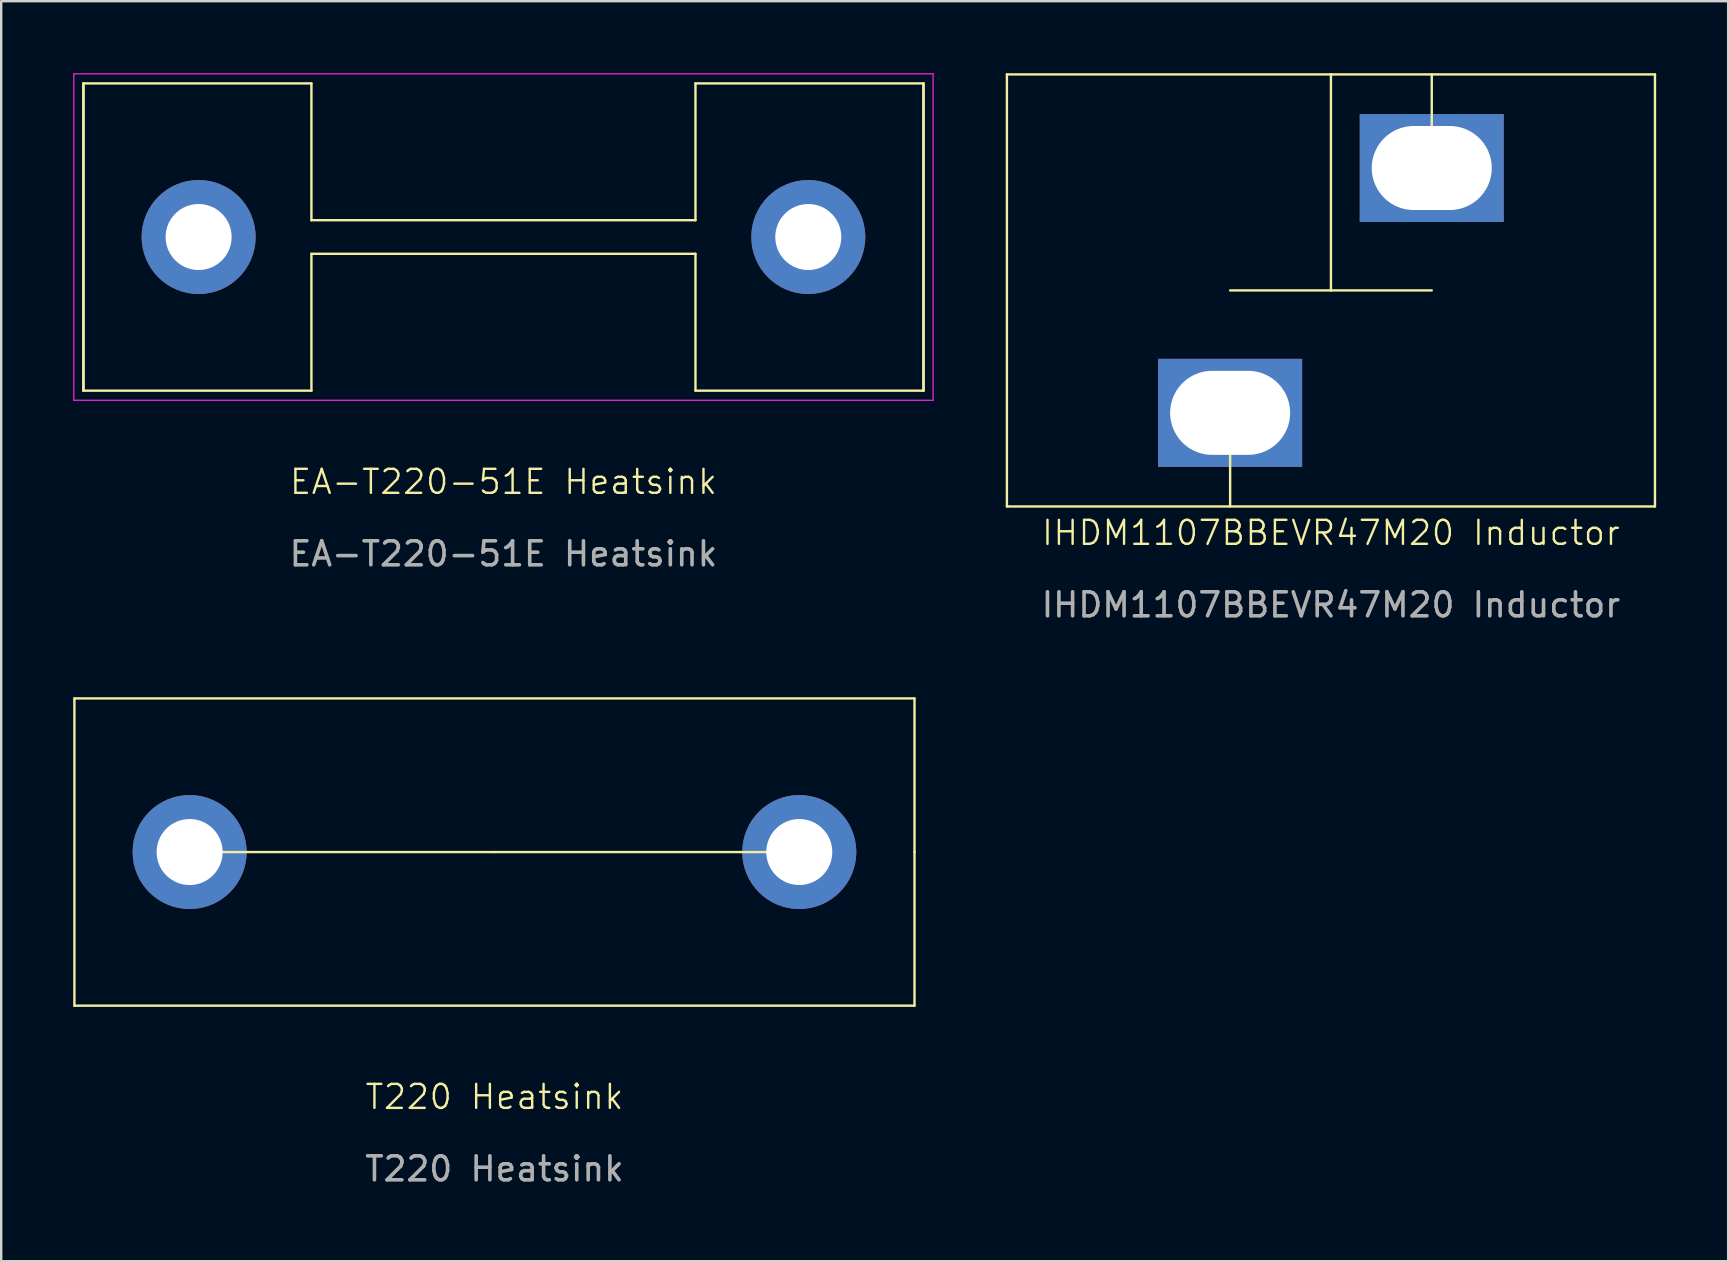
<source format=kicad_pcb>
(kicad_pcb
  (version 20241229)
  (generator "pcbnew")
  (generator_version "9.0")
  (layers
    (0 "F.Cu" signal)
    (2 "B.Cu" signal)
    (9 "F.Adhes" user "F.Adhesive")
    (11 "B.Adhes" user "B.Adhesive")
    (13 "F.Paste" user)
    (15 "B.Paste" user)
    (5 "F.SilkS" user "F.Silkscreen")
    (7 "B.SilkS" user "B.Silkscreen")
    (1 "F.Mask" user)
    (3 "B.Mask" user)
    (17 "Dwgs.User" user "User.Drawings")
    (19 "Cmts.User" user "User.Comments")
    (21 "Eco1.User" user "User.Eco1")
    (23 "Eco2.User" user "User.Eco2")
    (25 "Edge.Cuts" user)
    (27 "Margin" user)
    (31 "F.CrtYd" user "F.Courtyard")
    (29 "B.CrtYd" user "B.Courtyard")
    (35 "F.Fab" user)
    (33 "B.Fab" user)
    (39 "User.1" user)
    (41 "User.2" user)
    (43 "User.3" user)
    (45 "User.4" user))
  (footprint "EA-T220-51E Heatsink"
    (layer "F.Cu")
    (at 17.925 6.825)
    (property "Reference" "EA-T220-51E Heatsink" (at 0 10.2 0) (unlocked yes) (layer "F.SilkS") (effects (font (size 1 1) (thickness 0.1))))
    (attr through_hole)
    (fp_line (start -17.5 -6.4) (end -17.5 6.4) (stroke (width 0.1) (type default)) (layer "F.SilkS"))
    (fp_line (start -17.5 -6.4) (end -8 -6.4) (stroke (width 0.1) (type default)) (layer "F.SilkS"))
    (fp_line (start -17.5 6.4) (end -17.5 -6.4) (stroke (width 0.1) (type default)) (layer "F.SilkS"))
    (fp_line (start -8 -6.4) (end -8 -0.7) (stroke (width 0.1) (type default)) (layer "F.SilkS"))
    (fp_line (start -8 -0.7) (end 8 -0.7) (stroke (width 0.1) (type default)) (layer "F.SilkS"))
    (fp_line (start -8 0.7) (end -8 6.4) (stroke (width 0.1) (type default)) (layer "F.SilkS"))
    (fp_line (start -8 6.4) (end -17.5 6.4) (stroke (width 0.1) (type default)) (layer "F.SilkS"))
    (fp_line (start 8 -6.4) (end 17.5 -6.4) (stroke (width 0.1) (type default)) (layer "F.SilkS"))
    (fp_line (start 8 -0.7) (end 8 -6.4) (stroke (width 0.1) (type default)) (layer "F.SilkS"))
    (fp_line (start 8 0.7) (end -8 0.7) (stroke (width 0.1) (type default)) (layer "F.SilkS"))
    (fp_line (start 8 6.4) (end 8 0.7) (stroke (width 0.1) (type default)) (layer "F.SilkS"))
    (fp_line (start 17.5 -6.4) (end 17.5 6.4) (stroke (width 0.1) (type default)) (layer "F.SilkS"))
    (fp_line (start 17.5 0) (end 17.5 -6.4) (stroke (width 0.1) (type default)) (layer "F.SilkS"))
    (fp_line (start 17.5 6.4) (end 8 6.4) (stroke (width 0.1) (type default)) (layer "F.SilkS"))
    (fp_line (start 17.5 6.4) (end 17.5 0) (stroke (width 0.1) (type default)) (layer "F.SilkS"))
    (fp_line (start -17.9 -6.8) (end 17.9 -6.8) (stroke (width 0.05) (type default)) (layer "F.CrtYd"))
    (fp_line (start -17.9 6.8) (end -17.9 -6.8) (stroke (width 0.05) (type default)) (layer "F.CrtYd"))
    (fp_line (start 17.9 -6.8) (end 17.9 6.8) (stroke (width 0.05) (type default)) (layer "F.CrtYd"))
    (fp_line (start 17.9 6.8) (end -17.9 6.8) (stroke (width 0.05) (type default)) (layer "F.CrtYd"))
    (fp_text user "${REFERENCE}" (at 0 13.2 0) (unlocked yes) (layer "F.Fab") (effects (font (size 1 1) (thickness 0.15))))
    (pad "1" thru_hole circle (at -12.7 0) (size 4.75 4.75) (drill 2.75) (layers "*.Cu" "*.Mask"))
    (pad "2" thru_hole circle (at 12.7 0) (size 4.75 4.75) (drill 2.75) (layers "*.Cu" "*.Mask")))
  (footprint "IHDM1107BBEVR47M20 Inductor"
    (layer "F.Cu")
    (at 52.4 9.05)
    (property "Reference" "IHDM1107BBEVR47M20 Inductor" (at 0 10.1 0) (unlocked yes) (layer "F.SilkS") (effects (font (size 1 1) (thickness 0.1))))
    (attr through_hole)
    (fp_line (start -13.5 -9) (end 0 -9) (stroke (width 0.1) (type default)) (layer "F.SilkS"))
    (fp_line (start -13.5 9) (end -13.5 -9) (stroke (width 0.1) (type default)) (layer "F.SilkS"))
    (fp_line (start -4.2 9) (end -4.2 5.1) (stroke (width 0.1) (type default)) (layer "F.SilkS"))
    (fp_line (start 0 -9) (end 13.5 -9) (stroke (width 0.1) (type default)) (layer "F.SilkS"))
    (fp_line (start 0 0) (end -4.2 0) (stroke (width 0.1) (type default)) (layer "F.SilkS"))
    (fp_line (start 0 0) (end 0 -9) (stroke (width 0.1) (type default)) (layer "F.SilkS"))
    (fp_line (start 4.2 -9) (end 4.2 -5.1) (stroke (width 0.1) (type default)) (layer "F.SilkS"))
    (fp_line (start 4.2 0) (end 0 0) (stroke (width 0.1) (type default)) (layer "F.SilkS"))
    (fp_line (start 13.5 -9) (end 13.5 9) (stroke (width 0.1) (type default)) (layer "F.SilkS"))
    (fp_line (start 13.5 9) (end -13.5 9) (stroke (width 0.1) (type default)) (layer "F.SilkS"))
    (fp_text user "${REFERENCE}" (at 0 13.1 0) (unlocked yes) (layer "F.Fab") (effects (font (size 1 1) (thickness 0.15))))
    (pad "0" thru_hole rect (at -4.2 5.1) (size 6 4.5) (drill oval 5 3.5) (layers "*.Cu" "*.Mask"))
    (pad "1" thru_hole rect (at 4.2 -5.1) (size 6 4.5) (drill oval 5 3.5) (layers "*.Cu" "*.Mask")))
  (footprint "T220 Heatsink"
    (layer "F.Cu")
    (at 17.55 32.448)
    (property "Reference" "T220 Heatsink" (at 0 10.2 0) (unlocked yes) (layer "F.SilkS") (effects (font (size 1 1) (thickness 0.1))))
    (attr through_hole)
    (fp_line (start -17.5 -6.4) (end -17.5 6.4) (stroke (width 0.1) (type default)) (layer "F.SilkS"))
    (fp_line (start -17.5 6.4) (end 17.5 6.4) (stroke (width 0.1) (type default)) (layer "F.SilkS"))
    (fp_line (start 0 0) (end -12.7 0) (stroke (width 0.1) (type default)) (layer "F.SilkS"))
    (fp_line (start 0 0) (end 12.7 0) (stroke (width 0.1) (type default)) (layer "F.SilkS"))
    (fp_line (start 17.5 -6.4) (end -17.5 -6.4) (stroke (width 0.1) (type default)) (layer "F.SilkS"))
    (fp_line (start 17.5 0) (end 17.5 -6.4) (stroke (width 0.1) (type default)) (layer "F.SilkS"))
    (fp_line (start 17.5 6.4) (end 17.5 0) (stroke (width 0.1) (type default)) (layer "F.SilkS"))
    (fp_text user "${REFERENCE}" (at 0 13.2 0) (unlocked yes) (layer "F.Fab") (effects (font (size 1 1) (thickness 0.15))))
    (pad "1" thru_hole circle (at -12.7 0) (size 4.75 4.75) (drill 2.75) (layers "*.Cu" "*.Mask"))
    (pad "2" thru_hole circle (at 12.7 0) (size 4.75 4.75) (drill 2.75) (layers "*.Cu" "*.Mask")))
  (gr_rect
    (start -3 -3)
    (end 68.95 49.496)
    (stroke (width 0.1) (type default))
    (fill no)
    (layer "Edge.Cuts")))
</source>
